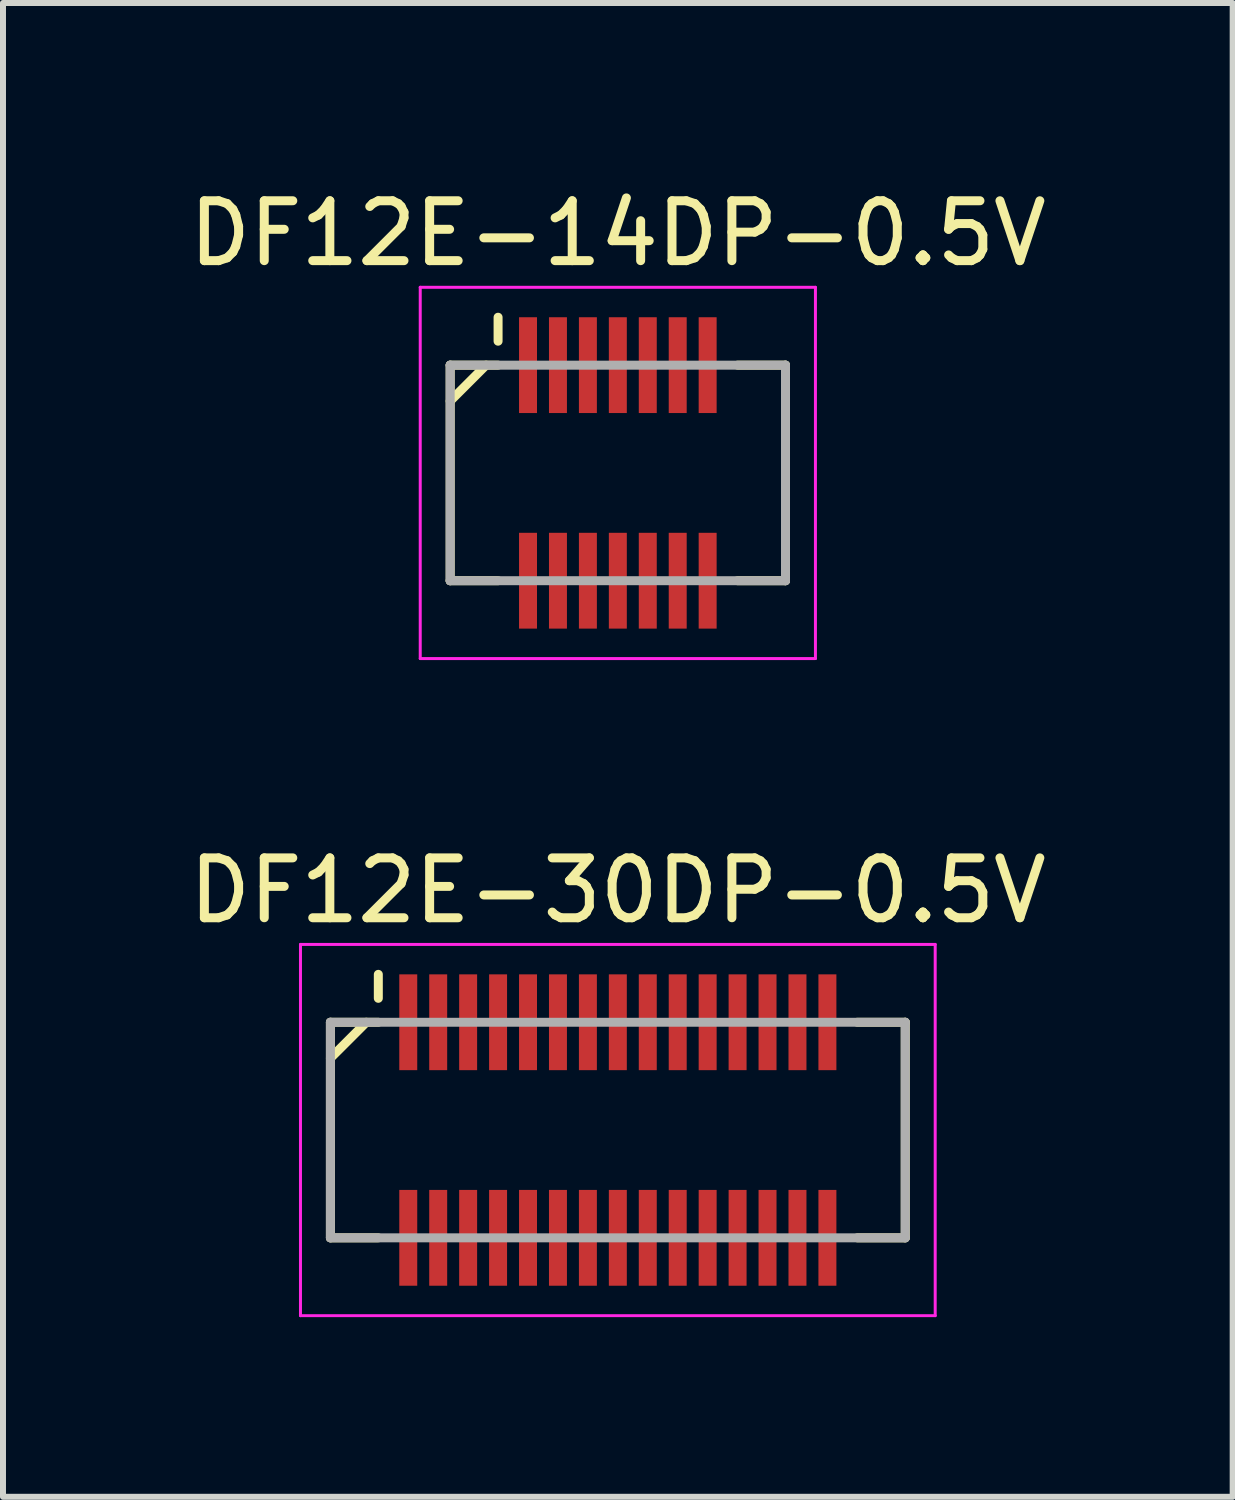
<source format=kicad_pcb>
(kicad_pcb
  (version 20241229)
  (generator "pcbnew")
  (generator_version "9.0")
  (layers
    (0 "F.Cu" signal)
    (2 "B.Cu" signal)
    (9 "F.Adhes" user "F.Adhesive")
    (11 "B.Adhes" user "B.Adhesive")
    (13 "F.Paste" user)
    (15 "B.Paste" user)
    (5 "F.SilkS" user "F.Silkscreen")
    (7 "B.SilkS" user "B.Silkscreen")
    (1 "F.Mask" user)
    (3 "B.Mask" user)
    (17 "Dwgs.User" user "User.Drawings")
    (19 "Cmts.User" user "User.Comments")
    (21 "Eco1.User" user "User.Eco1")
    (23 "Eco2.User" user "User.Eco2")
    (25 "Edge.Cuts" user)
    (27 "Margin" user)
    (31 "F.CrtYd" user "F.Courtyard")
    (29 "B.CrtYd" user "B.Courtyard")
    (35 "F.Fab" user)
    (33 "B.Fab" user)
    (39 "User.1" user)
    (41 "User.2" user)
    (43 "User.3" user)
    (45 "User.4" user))
  (footprint "DF12E-14DP-0.5V"
    (layer "F.Cu")
    (at 7.268 4.848)
    (property "Reference" "DF12E-14DP-0.5V" (at 0 -4 0) (layer "F.SilkS") (effects (font (size 1 1) (thickness 0.15))))
    (attr smd)
    (fp_line (start -2.8 -1.8) (end -2.8 1.8) (stroke (width 0.15) (type solid)) (layer "F.SilkS"))
    (fp_line (start -2.8 -1.8) (end -2 -1.8) (stroke (width 0.15) (type solid)) (layer "F.SilkS"))
    (fp_line (start -2.8 1.8) (end -2 1.8) (stroke (width 0.15) (type solid)) (layer "F.SilkS"))
    (fp_line (start -2.2 -1.8) (end -2.8 -1.2) (stroke (width 0.15) (type solid)) (layer "F.SilkS"))
    (fp_line (start -2 -2.6) (end -2 -2.2) (stroke (width 0.15) (type solid)) (layer "F.SilkS"))
    (fp_line (start 2 -1.8) (end 2.8 -1.8) (stroke (width 0.15) (type solid)) (layer "F.SilkS"))
    (fp_line (start 2 1.8) (end 2.8 1.8) (stroke (width 0.15) (type solid)) (layer "F.SilkS"))
    (fp_line (start 2.8 -1.8) (end 2.8 1.8) (stroke (width 0.15) (type solid)) (layer "F.SilkS"))
    (fp_line (start -3.3 -3.1) (end -3.3 3.1) (stroke (width 0.05) (type solid)) (layer "F.CrtYd"))
    (fp_line (start -3.3 -3.1) (end 3.3 -3.1) (stroke (width 0.05) (type solid)) (layer "F.CrtYd"))
    (fp_line (start -3.3 3.1) (end 3.3 3.1) (stroke (width 0.05) (type solid)) (layer "F.CrtYd"))
    (fp_line (start 3.3 -3.1) (end 3.3 3.1) (stroke (width 0.05) (type solid)) (layer "F.CrtYd"))
    (fp_line (start -2.8 -1.8) (end -2.8 1.8) (stroke (width 0.15) (type solid)) (layer "F.Fab"))
    (fp_line (start -2.8 -1.8) (end 2.8 -1.8) (stroke (width 0.15) (type solid)) (layer "F.Fab"))
    (fp_line (start -2.8 1.8) (end 2.8 1.8) (stroke (width 0.15) (type solid)) (layer "F.Fab"))
    (fp_line (start 2.8 -1.8) (end 2.8 1.8) (stroke (width 0.15) (type solid)) (layer "F.Fab"))
    (pad "1" smd rect (at -1.5 -1.8) (size 0.3 1.6) (layers "F.Cu" "F.Mask" "F.Paste"))
    (pad "2" smd rect (at -1.5 1.8) (size 0.3 1.6) (layers "F.Cu" "F.Mask" "F.Paste"))
    (pad "3" smd rect (at -1 -1.8) (size 0.3 1.6) (layers "F.Cu" "F.Mask" "F.Paste"))
    (pad "4" smd rect (at -1 1.8) (size 0.3 1.6) (layers "F.Cu" "F.Mask" "F.Paste"))
    (pad "5" smd rect (at -0.5 -1.8) (size 0.3 1.6) (layers "F.Cu" "F.Mask" "F.Paste"))
    (pad "6" smd rect (at -0.5 1.8) (size 0.3 1.6) (layers "F.Cu" "F.Mask" "F.Paste"))
    (pad "7" smd rect (at 0 -1.8) (size 0.3 1.6) (layers "F.Cu" "F.Mask" "F.Paste"))
    (pad "8" smd rect (at 0 1.8) (size 0.3 1.6) (layers "F.Cu" "F.Mask" "F.Paste"))
    (pad "9" smd rect (at 0.5 -1.8) (size 0.3 1.6) (layers "F.Cu" "F.Mask" "F.Paste"))
    (pad "10" smd rect (at 0.5 1.8) (size 0.3 1.6) (layers "F.Cu" "F.Mask" "F.Paste"))
    (pad "11" smd rect (at 1 -1.8) (size 0.3 1.6) (layers "F.Cu" "F.Mask" "F.Paste"))
    (pad "12" smd rect (at 1 1.8) (size 0.3 1.6) (layers "F.Cu" "F.Mask" "F.Paste"))
    (pad "13" smd rect (at 1.5 -1.8) (size 0.3 1.6) (layers "F.Cu" "F.Mask" "F.Paste"))
    (pad "14" smd rect (at 1.5 1.8) (size 0.3 1.6) (layers "F.Cu" "F.Mask" "F.Paste")))
  (footprint "DF12E-30DP-0.5V"
    (layer "F.Cu")
    (at 7.268 15.822)
    (property "Reference" "DF12E-30DP-0.5V" (at 0 -4 0) (layer "F.SilkS") (effects (font (size 1 1) (thickness 0.15))))
    (attr smd)
    (fp_line (start -4.8 -1.8) (end -4.8 1.8) (stroke (width 0.15) (type solid)) (layer "F.SilkS"))
    (fp_line (start -4.8 -1.8) (end -4 -1.8) (stroke (width 0.15) (type solid)) (layer "F.SilkS"))
    (fp_line (start -4.8 1.8) (end -4 1.8) (stroke (width 0.15) (type solid)) (layer "F.SilkS"))
    (fp_line (start -4.2 -1.8) (end -4.8 -1.2) (stroke (width 0.15) (type solid)) (layer "F.SilkS"))
    (fp_line (start -4 -2.6) (end -4 -2.2) (stroke (width 0.15) (type solid)) (layer "F.SilkS"))
    (fp_line (start 4 -1.8) (end 4.8 -1.8) (stroke (width 0.15) (type solid)) (layer "F.SilkS"))
    (fp_line (start 4 1.8) (end 4.8 1.8) (stroke (width 0.15) (type solid)) (layer "F.SilkS"))
    (fp_line (start 4.8 -1.8) (end 4.8 1.8) (stroke (width 0.15) (type solid)) (layer "F.SilkS"))
    (fp_line (start -5.3 -3.1) (end -5.3 3.1) (stroke (width 0.05) (type solid)) (layer "F.CrtYd"))
    (fp_line (start -5.3 -3.1) (end 5.3 -3.1) (stroke (width 0.05) (type solid)) (layer "F.CrtYd"))
    (fp_line (start -5.3 3.1) (end 5.3 3.1) (stroke (width 0.05) (type solid)) (layer "F.CrtYd"))
    (fp_line (start 5.3 -3.1) (end 5.3 3.1) (stroke (width 0.05) (type solid)) (layer "F.CrtYd"))
    (fp_line (start -4.8 -1.8) (end -4.8 1.8) (stroke (width 0.15) (type solid)) (layer "F.Fab"))
    (fp_line (start -4.8 -1.8) (end 4.8 -1.8) (stroke (width 0.15) (type solid)) (layer "F.Fab"))
    (fp_line (start -4.8 1.8) (end 4.8 1.8) (stroke (width 0.15) (type solid)) (layer "F.Fab"))
    (fp_line (start 4.8 -1.8) (end 4.8 1.8) (stroke (width 0.15) (type solid)) (layer "F.Fab"))
    (pad "1" smd rect (at -3.5 -1.8) (size 0.3 1.6) (layers "F.Cu" "F.Mask" "F.Paste"))
    (pad "2" smd rect (at -3.5 1.8) (size 0.3 1.6) (layers "F.Cu" "F.Mask" "F.Paste"))
    (pad "3" smd rect (at -3 -1.8) (size 0.3 1.6) (layers "F.Cu" "F.Mask" "F.Paste"))
    (pad "4" smd rect (at -3 1.8) (size 0.3 1.6) (layers "F.Cu" "F.Mask" "F.Paste"))
    (pad "5" smd rect (at -2.5 -1.8) (size 0.3 1.6) (layers "F.Cu" "F.Mask" "F.Paste"))
    (pad "6" smd rect (at -2.5 1.8) (size 0.3 1.6) (layers "F.Cu" "F.Mask" "F.Paste"))
    (pad "7" smd rect (at -2 -1.8) (size 0.3 1.6) (layers "F.Cu" "F.Mask" "F.Paste"))
    (pad "8" smd rect (at -2 1.8) (size 0.3 1.6) (layers "F.Cu" "F.Mask" "F.Paste"))
    (pad "9" smd rect (at -1.5 -1.8) (size 0.3 1.6) (layers "F.Cu" "F.Mask" "F.Paste"))
    (pad "10" smd rect (at -1.5 1.8) (size 0.3 1.6) (layers "F.Cu" "F.Mask" "F.Paste"))
    (pad "11" smd rect (at -1 -1.8) (size 0.3 1.6) (layers "F.Cu" "F.Mask" "F.Paste"))
    (pad "12" smd rect (at -1 1.8) (size 0.3 1.6) (layers "F.Cu" "F.Mask" "F.Paste"))
    (pad "13" smd rect (at -0.5 -1.8) (size 0.3 1.6) (layers "F.Cu" "F.Mask" "F.Paste"))
    (pad "14" smd rect (at -0.5 1.8) (size 0.3 1.6) (layers "F.Cu" "F.Mask" "F.Paste"))
    (pad "15" smd rect (at 0 -1.8) (size 0.3 1.6) (layers "F.Cu" "F.Mask" "F.Paste"))
    (pad "16" smd rect (at 0 1.8) (size 0.3 1.6) (layers "F.Cu" "F.Mask" "F.Paste"))
    (pad "17" smd rect (at 0.5 -1.8) (size 0.3 1.6) (layers "F.Cu" "F.Mask" "F.Paste"))
    (pad "18" smd rect (at 0.5 1.8) (size 0.3 1.6) (layers "F.Cu" "F.Mask" "F.Paste"))
    (pad "19" smd rect (at 1 -1.8) (size 0.3 1.6) (layers "F.Cu" "F.Mask" "F.Paste"))
    (pad "20" smd rect (at 1 1.8) (size 0.3 1.6) (layers "F.Cu" "F.Mask" "F.Paste"))
    (pad "21" smd rect (at 1.5 -1.8) (size 0.3 1.6) (layers "F.Cu" "F.Mask" "F.Paste"))
    (pad "22" smd rect (at 1.5 1.8) (size 0.3 1.6) (layers "F.Cu" "F.Mask" "F.Paste"))
    (pad "23" smd rect (at 2 -1.8) (size 0.3 1.6) (layers "F.Cu" "F.Mask" "F.Paste"))
    (pad "24" smd rect (at 2 1.8) (size 0.3 1.6) (layers "F.Cu" "F.Mask" "F.Paste"))
    (pad "25" smd rect (at 2.5 -1.8) (size 0.3 1.6) (layers "F.Cu" "F.Mask" "F.Paste"))
    (pad "26" smd rect (at 2.5 1.8) (size 0.3 1.6) (layers "F.Cu" "F.Mask" "F.Paste"))
    (pad "27" smd rect (at 3 -1.8) (size 0.3 1.6) (layers "F.Cu" "F.Mask" "F.Paste"))
    (pad "28" smd rect (at 3 1.8) (size 0.3 1.6) (layers "F.Cu" "F.Mask" "F.Paste"))
    (pad "29" smd rect (at 3.5 -1.8) (size 0.3 1.6) (layers "F.Cu" "F.Mask" "F.Paste"))
    (pad "30" smd rect (at 3.5 1.8) (size 0.3 1.6) (layers "F.Cu" "F.Mask" "F.Paste")))
  (gr_rect
    (start -3 -3)
    (end 17.536 21.947)
    (stroke (width 0.1) (type default))
    (fill no)
    (layer "Edge.Cuts")))
</source>
